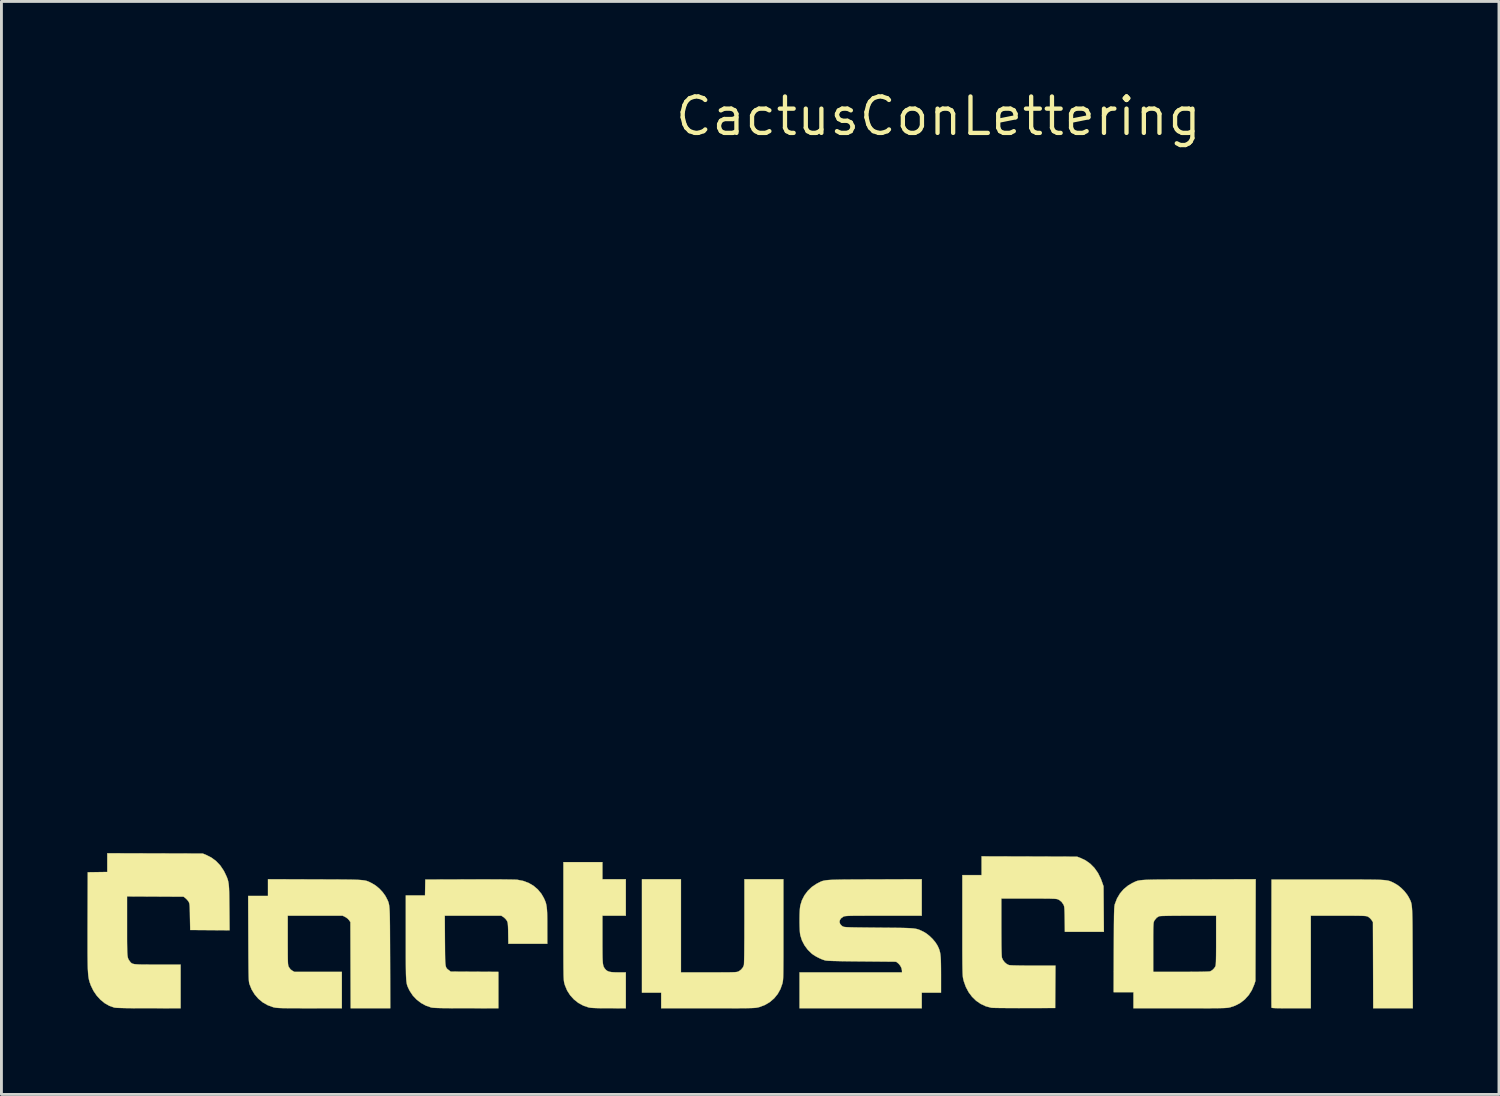
<source format=kicad_pcb>
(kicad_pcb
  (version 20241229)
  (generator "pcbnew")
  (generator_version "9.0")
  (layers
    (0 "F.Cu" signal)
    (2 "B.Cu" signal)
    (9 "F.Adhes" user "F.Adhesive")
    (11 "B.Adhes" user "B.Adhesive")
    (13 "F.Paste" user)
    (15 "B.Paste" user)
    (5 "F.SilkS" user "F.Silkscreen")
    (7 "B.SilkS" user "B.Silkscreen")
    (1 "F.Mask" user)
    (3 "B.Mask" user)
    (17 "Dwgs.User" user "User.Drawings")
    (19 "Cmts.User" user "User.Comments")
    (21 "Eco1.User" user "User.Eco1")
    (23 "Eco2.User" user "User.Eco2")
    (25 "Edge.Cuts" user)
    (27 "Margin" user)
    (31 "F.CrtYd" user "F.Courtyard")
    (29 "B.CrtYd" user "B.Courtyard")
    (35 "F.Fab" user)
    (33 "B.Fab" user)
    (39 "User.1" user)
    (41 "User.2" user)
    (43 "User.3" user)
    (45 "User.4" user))
  (footprint "CactusConLettering"
    (layer "F.Cu")
    (at 29.684 1.006)
    (property "Reference" "CactusConLettering" (at 0 0 0) (layer "F.SilkS") (effects (font (size 1.27 1.27) (thickness 0.15))))
    (attr through_hole)
    (fp_poly (pts (xy -11.72 26.616) (xy -10.904 26.616) (xy -10.904 27.886) (xy -11.72 27.886) (xy -11.72 28.707) (xy -11.72 28.913) (xy -11.719 29.087) (xy -11.718 29.23) (xy -11.716 29.348) (xy -11.712 29.443) (xy -11.707 29.518) (xy -11.7 29.577) (xy -11.69 29.623) (xy -11.679 29.659) (xy -11.664 29.689) (xy -11.647 29.716) (xy -11.634 29.734) (xy -11.594 29.779) (xy -11.548 29.813) (xy -11.491 29.837) (xy -11.417 29.852) (xy -11.319 29.86) (xy -11.191 29.863) (xy -11.171 29.863) (xy -10.904 29.863) (xy -10.904 31.115) (xy -11.498 31.113) (xy -11.679 31.113) (xy -11.827 31.111) (xy -11.947 31.108) (xy -12.041 31.104) (xy -12.113 31.099) (xy -12.167 31.092) (xy -12.2 31.086) (xy -12.387 31.022) (xy -12.56 30.928) (xy -12.714 30.806) (xy -12.845 30.661) (xy -12.951 30.496) (xy -13.027 30.313) (xy -13.045 30.251) (xy -13.051 30.229) (xy -13.056 30.205) (xy -13.06 30.179) (xy -13.064 30.147) (xy -13.067 30.108) (xy -13.07 30.06) (xy -13.073 30) (xy -13.075 29.927) (xy -13.076 29.838) (xy -13.078 29.731) (xy -13.079 29.604) (xy -13.08 29.455) (xy -13.08 29.282) (xy -13.081 29.083) (xy -13.081 28.856) (xy -13.081 28.598) (xy -13.081 28.307) (xy -13.081 28.064) (xy -13.081 26.017) (xy -11.72 26.017) (xy -11.72 26.616)) (stroke (width 0.01) (type solid)) (fill yes) (layer "F.SilkS"))
    (fp_poly (pts (xy -8.981 29.863) (xy -8.009 29.863) (xy -7.796 29.863) (xy -7.617 29.863) (xy -7.467 29.862) (xy -7.345 29.862) (xy -7.246 29.86) (xy -7.168 29.858) (xy -7.109 29.856) (xy -7.064 29.852) (xy -7.03 29.848) (xy -7.006 29.842) (xy -6.986 29.836) (xy -6.97 29.828) (xy -6.968 29.828) (xy -6.882 29.766) (xy -6.816 29.684) (xy -6.786 29.613) (xy -6.782 29.581) (xy -6.779 29.512) (xy -6.776 29.409) (xy -6.773 29.271) (xy -6.771 29.1) (xy -6.77 28.896) (xy -6.768 28.659) (xy -6.768 28.39) (xy -6.767 28.09) (xy -6.767 28.081) (xy -6.767 26.616) (xy -5.407 26.616) (xy -5.407 28.363) (xy -5.407 28.655) (xy -5.407 28.912) (xy -5.407 29.138) (xy -5.407 29.335) (xy -5.408 29.504) (xy -5.409 29.649) (xy -5.41 29.771) (xy -5.411 29.873) (xy -5.413 29.958) (xy -5.415 30.026) (xy -5.418 30.082) (xy -5.421 30.127) (xy -5.425 30.163) (xy -5.43 30.193) (xy -5.435 30.219) (xy -5.44 30.244) (xy -5.442 30.251) (xy -5.51 30.444) (xy -5.607 30.618) (xy -5.731 30.77) (xy -5.88 30.898) (xy -6.05 30.999) (xy -6.24 31.071) (xy -6.27 31.079) (xy -6.296 31.085) (xy -6.322 31.091) (xy -6.351 31.096) (xy -6.387 31.1) (xy -6.43 31.103) (xy -6.484 31.106) (xy -6.551 31.108) (xy -6.633 31.11) (xy -6.733 31.112) (xy -6.853 31.113) (xy -6.996 31.114) (xy -7.164 31.114) (xy -7.359 31.115) (xy -7.584 31.115) (xy -7.841 31.115) (xy -8.04 31.115) (xy -9.67 31.115) (xy -9.67 30.571) (xy -10.341 30.571) (xy -10.341 26.616) (xy -8.981 26.616) (xy -8.981 29.863)) (stroke (width 0.01) (type solid)) (fill yes) (layer "F.SilkS"))
    (fp_poly (pts (xy 14.43 26.625) (xy 14.651 26.625) (xy 14.845 26.626) (xy 15.013 26.627) (xy 15.158 26.629) (xy 15.282 26.631) (xy 15.387 26.634) (xy 15.475 26.639) (xy 15.549 26.644) (xy 15.611 26.651) (xy 15.663 26.659) (xy 15.707 26.668) (xy 15.745 26.679) (xy 15.78 26.692) (xy 15.813 26.707) (xy 15.848 26.723) (xy 15.885 26.742) (xy 15.911 26.755) (xy 16.029 26.826) (xy 16.147 26.922) (xy 16.258 27.034) (xy 16.352 27.154) (xy 16.405 27.241) (xy 16.426 27.281) (xy 16.444 27.317) (xy 16.461 27.35) (xy 16.475 27.384) (xy 16.487 27.419) (xy 16.498 27.46) (xy 16.507 27.508) (xy 16.514 27.565) (xy 16.52 27.634) (xy 16.525 27.717) (xy 16.529 27.816) (xy 16.532 27.934) (xy 16.535 28.073) (xy 16.537 28.235) (xy 16.538 28.423) (xy 16.539 28.639) (xy 16.54 28.885) (xy 16.541 29.164) (xy 16.542 29.351) (xy 16.548 31.115) (xy 15.168 31.115) (xy 15.163 29.612) (xy 15.158 28.11) (xy 15.108 28.034) (xy 15.062 27.98) (xy 15.006 27.934) (xy 14.987 27.922) (xy 14.97 27.914) (xy 14.951 27.907) (xy 14.928 27.902) (xy 14.896 27.897) (xy 14.854 27.894) (xy 14.798 27.891) (xy 14.724 27.889) (xy 14.63 27.887) (xy 14.513 27.886) (xy 14.369 27.886) (xy 14.195 27.886) (xy 13.989 27.886) (xy 13.953 27.886) (xy 12.99 27.886) (xy 12.99 31.115) (xy 12.309 31.115) (xy 12.125 31.115) (xy 11.975 31.114) (xy 11.855 31.112) (xy 11.763 31.11) (xy 11.697 31.107) (xy 11.652 31.103) (xy 11.628 31.098) (xy 11.62 31.092) (xy 11.619 31.072) (xy 11.618 31.017) (xy 11.617 30.93) (xy 11.616 30.814) (xy 11.616 30.671) (xy 11.615 30.502) (xy 11.615 30.31) (xy 11.615 30.098) (xy 11.615 29.867) (xy 11.615 29.62) (xy 11.615 29.358) (xy 11.615 29.085) (xy 11.616 28.847) (xy 11.62 26.625) (xy 13.58 26.625) (xy 13.897 26.625) (xy 14.179 26.625) (xy 14.43 26.625)) (stroke (width 0.01) (type solid)) (fill yes) (layer "F.SilkS"))
    (fp_poly (pts (xy 3.17 25.821) (xy 4.835 25.827) (xy 4.95 25.87) (xy 5.134 25.957) (xy 5.299 26.075) (xy 5.443 26.221) (xy 5.566 26.395) (xy 5.665 26.595) (xy 5.7 26.688) (xy 5.76 26.86) (xy 5.766 27.654) (xy 5.772 28.448) (xy 4.412 28.448) (xy 4.406 28.008) (xy 4.404 27.869) (xy 4.401 27.761) (xy 4.398 27.68) (xy 4.394 27.62) (xy 4.389 27.576) (xy 4.381 27.544) (xy 4.371 27.517) (xy 4.361 27.495) (xy 4.297 27.404) (xy 4.218 27.34) (xy 4.169 27.315) (xy 4.149 27.309) (xy 4.123 27.303) (xy 4.085 27.299) (xy 4.034 27.295) (xy 3.967 27.293) (xy 3.88 27.29) (xy 3.77 27.289) (xy 3.635 27.288) (xy 3.471 27.287) (xy 3.275 27.287) (xy 3.148 27.287) (xy 2.195 27.287) (xy 2.195 28.277) (xy 2.196 28.526) (xy 2.197 28.74) (xy 2.198 28.92) (xy 2.201 29.068) (xy 2.204 29.184) (xy 2.208 29.269) (xy 2.212 29.326) (xy 2.216 29.35) (xy 2.252 29.432) (xy 2.31 29.509) (xy 2.383 29.571) (xy 2.458 29.607) (xy 2.499 29.613) (xy 2.575 29.618) (xy 2.685 29.621) (xy 2.83 29.624) (xy 3.008 29.626) (xy 3.218 29.627) (xy 3.307 29.627) (xy 4.083 29.627) (xy 4.078 30.367) (xy 4.073 31.106) (xy 3.003 31.108) (xy 2.806 31.109) (xy 2.618 31.108) (xy 2.443 31.108) (xy 2.283 31.106) (xy 2.142 31.105) (xy 2.024 31.103) (xy 1.933 31.101) (xy 1.871 31.098) (xy 1.845 31.096) (xy 1.655 31.046) (xy 1.478 30.964) (xy 1.317 30.853) (xy 1.175 30.715) (xy 1.054 30.554) (xy 0.957 30.371) (xy 0.885 30.169) (xy 0.863 30.077) (xy 0.858 30.05) (xy 0.854 30.017) (xy 0.85 29.976) (xy 0.847 29.925) (xy 0.844 29.861) (xy 0.842 29.783) (xy 0.84 29.688) (xy 0.838 29.573) (xy 0.837 29.437) (xy 0.836 29.277) (xy 0.835 29.091) (xy 0.835 28.876) (xy 0.835 28.631) (xy 0.835 28.353) (xy 0.835 28.204) (xy 0.835 26.47) (xy 1.506 26.47) (xy 1.506 25.816) (xy 3.17 25.821)) (stroke (width 0.01) (type solid)) (fill yes) (layer "F.SilkS"))
    (fp_poly (pts (xy -15.641 26.619) (xy -15.43 26.62) (xy -15.24 26.621) (xy -15.074 26.623) (xy -14.933 26.625) (xy -14.822 26.627) (xy -14.741 26.629) (xy -14.694 26.632) (xy -14.692 26.632) (xy -14.486 26.672) (xy -14.297 26.742) (xy -14.126 26.841) (xy -13.976 26.968) (xy -13.851 27.119) (xy -13.769 27.26) (xy -13.738 27.325) (xy -13.712 27.387) (xy -13.691 27.448) (xy -13.676 27.515) (xy -13.664 27.59) (xy -13.655 27.679) (xy -13.649 27.786) (xy -13.646 27.916) (xy -13.644 28.074) (xy -13.644 28.262) (xy -13.643 28.865) (xy -15.001 28.865) (xy -15.007 28.498) (xy -15.009 28.372) (xy -15.012 28.278) (xy -15.016 28.208) (xy -15.021 28.157) (xy -15.028 28.12) (xy -15.038 28.091) (xy -15.051 28.064) (xy -15.056 28.056) (xy -15.099 27.999) (xy -15.155 27.946) (xy -15.173 27.934) (xy -15.247 27.886) (xy -17.219 27.886) (xy -17.214 28.752) (xy -17.212 28.96) (xy -17.211 29.134) (xy -17.209 29.279) (xy -17.207 29.397) (xy -17.203 29.491) (xy -17.197 29.566) (xy -17.19 29.623) (xy -17.179 29.666) (xy -17.166 29.699) (xy -17.149 29.724) (xy -17.129 29.746) (xy -17.104 29.766) (xy -17.078 29.785) (xy -17.012 29.836) (xy -16.18 29.841) (xy -15.349 29.846) (xy -15.349 31.115) (xy -16.469 31.113) (xy -16.71 31.113) (xy -16.917 31.112) (xy -17.093 31.111) (xy -17.241 31.11) (xy -17.364 31.108) (xy -17.463 31.105) (xy -17.542 31.102) (xy -17.603 31.098) (xy -17.65 31.094) (xy -17.684 31.089) (xy -17.696 31.086) (xy -17.877 31.024) (xy -18.047 30.931) (xy -18.202 30.811) (xy -18.336 30.669) (xy -18.442 30.508) (xy -18.461 30.471) (xy -18.482 30.429) (xy -18.499 30.392) (xy -18.515 30.356) (xy -18.528 30.319) (xy -18.54 30.278) (xy -18.549 30.231) (xy -18.557 30.175) (xy -18.563 30.107) (xy -18.568 30.026) (xy -18.572 29.928) (xy -18.574 29.811) (xy -18.576 29.672) (xy -18.577 29.509) (xy -18.578 29.32) (xy -18.578 29.101) (xy -18.578 28.85) (xy -18.578 28.653) (xy -18.578 27.178) (xy -17.908 27.178) (xy -17.903 26.901) (xy -17.898 26.625) (xy -16.374 26.62) (xy -16.115 26.619) (xy -15.87 26.619) (xy -15.641 26.619)) (stroke (width 0.01) (type solid)) (fill yes) (layer "F.SilkS"))
    (fp_poly (pts (xy -27.328 25.713) (xy -25.663 25.718) (xy -25.554 25.761) (xy -25.365 25.856) (xy -25.198 25.979) (xy -25.054 26.13) (xy -24.934 26.307) (xy -24.892 26.388) (xy -24.858 26.46) (xy -24.829 26.522) (xy -24.806 26.58) (xy -24.787 26.637) (xy -24.772 26.698) (xy -24.76 26.765) (xy -24.751 26.844) (xy -24.745 26.938) (xy -24.741 27.051) (xy -24.738 27.188) (xy -24.736 27.351) (xy -24.734 27.547) (xy -24.733 27.6) (xy -24.726 28.394) (xy -26.099 28.384) (xy -26.108 27.922) (xy -26.11 27.78) (xy -26.113 27.67) (xy -26.116 27.586) (xy -26.12 27.524) (xy -26.126 27.479) (xy -26.133 27.447) (xy -26.142 27.422) (xy -26.154 27.4) (xy -26.159 27.391) (xy -26.203 27.334) (xy -26.256 27.281) (xy -26.267 27.273) (xy -26.332 27.223) (xy -27.317 27.218) (xy -28.303 27.213) (xy -28.303 28.245) (xy -28.303 28.472) (xy -28.303 28.666) (xy -28.302 28.83) (xy -28.3 28.966) (xy -28.298 29.078) (xy -28.295 29.168) (xy -28.29 29.24) (xy -28.284 29.296) (xy -28.276 29.341) (xy -28.266 29.375) (xy -28.254 29.403) (xy -28.24 29.428) (xy -28.223 29.452) (xy -28.217 29.461) (xy -28.195 29.491) (xy -28.175 29.516) (xy -28.153 29.536) (xy -28.127 29.552) (xy -28.092 29.565) (xy -28.047 29.575) (xy -27.986 29.581) (xy -27.908 29.586) (xy -27.808 29.589) (xy -27.683 29.59) (xy -27.531 29.591) (xy -27.347 29.591) (xy -27.246 29.591) (xy -26.434 29.591) (xy -26.434 31.115) (xy -27.545 31.113) (xy -27.795 31.113) (xy -28.01 31.112) (xy -28.194 31.111) (xy -28.347 31.109) (xy -28.473 31.106) (xy -28.573 31.103) (xy -28.651 31.1) (xy -28.706 31.096) (xy -28.743 31.091) (xy -28.751 31.089) (xy -28.92 31.03) (xy -29.08 30.939) (xy -29.228 30.819) (xy -29.361 30.673) (xy -29.474 30.507) (xy -29.564 30.322) (xy -29.606 30.206) (xy -29.618 30.163) (xy -29.63 30.119) (xy -29.639 30.072) (xy -29.648 30.02) (xy -29.655 29.96) (xy -29.661 29.889) (xy -29.666 29.806) (xy -29.671 29.709) (xy -29.674 29.594) (xy -29.676 29.459) (xy -29.678 29.303) (xy -29.679 29.123) (xy -29.679 28.916) (xy -29.679 28.681) (xy -29.679 28.414) (xy -29.678 28.114) (xy -29.678 28.049) (xy -29.673 26.371) (xy -29.332 26.366) (xy -28.992 26.361) (xy -28.992 25.708) (xy -27.328 25.713)) (stroke (width 0.01) (type solid)) (fill yes) (layer "F.SilkS"))
    (fp_poly (pts (xy -21.749 26.62) (xy -21.46 26.621) (xy -21.206 26.622) (xy -20.983 26.623) (xy -20.789 26.624) (xy -20.621 26.626) (xy -20.477 26.628) (xy -20.356 26.631) (xy -20.253 26.635) (xy -20.168 26.64) (xy -20.096 26.646) (xy -20.037 26.653) (xy -19.987 26.662) (xy -19.944 26.673) (xy -19.906 26.686) (xy -19.871 26.7) (xy -19.835 26.717) (xy -19.796 26.737) (xy -19.758 26.756) (xy -19.63 26.834) (xy -19.505 26.937) (xy -19.392 27.057) (xy -19.299 27.183) (xy -19.261 27.251) (xy -19.241 27.292) (xy -19.222 27.328) (xy -19.206 27.362) (xy -19.192 27.396) (xy -19.18 27.431) (xy -19.17 27.472) (xy -19.161 27.519) (xy -19.154 27.575) (xy -19.148 27.643) (xy -19.143 27.725) (xy -19.139 27.823) (xy -19.136 27.939) (xy -19.134 28.076) (xy -19.132 28.237) (xy -19.131 28.422) (xy -19.13 28.636) (xy -19.129 28.88) (xy -19.128 29.156) (xy -19.127 29.351) (xy -19.121 31.115) (xy -20.501 31.115) (xy -20.506 29.612) (xy -20.511 28.11) (xy -20.556 28.043) (xy -20.605 27.989) (xy -20.672 27.941) (xy -20.691 27.931) (xy -20.781 27.886) (xy -22.697 27.886) (xy -22.697 28.742) (xy -22.697 28.94) (xy -22.696 29.106) (xy -22.696 29.242) (xy -22.695 29.352) (xy -22.693 29.439) (xy -22.691 29.506) (xy -22.688 29.557) (xy -22.684 29.595) (xy -22.678 29.624) (xy -22.672 29.646) (xy -22.664 29.666) (xy -22.659 29.676) (xy -22.6 29.758) (xy -22.544 29.8) (xy -22.467 29.845) (xy -20.81 29.845) (xy -20.81 31.115) (xy -21.939 31.114) (xy -22.171 31.114) (xy -22.37 31.113) (xy -22.539 31.113) (xy -22.68 31.112) (xy -22.797 31.11) (xy -22.892 31.109) (xy -22.969 31.106) (xy -23.031 31.103) (xy -23.08 31.099) (xy -23.12 31.095) (xy -23.153 31.089) (xy -23.183 31.083) (xy -23.201 31.078) (xy -23.391 31.01) (xy -23.565 30.912) (xy -23.719 30.785) (xy -23.85 30.633) (xy -23.956 30.46) (xy -24.033 30.267) (xy -24.035 30.262) (xy -24.04 30.241) (xy -24.045 30.215) (xy -24.049 30.182) (xy -24.053 30.138) (xy -24.056 30.083) (xy -24.059 30.012) (xy -24.061 29.924) (xy -24.063 29.817) (xy -24.065 29.687) (xy -24.066 29.533) (xy -24.068 29.352) (xy -24.069 29.142) (xy -24.07 28.899) (xy -24.071 28.679) (xy -24.077 27.196) (xy -23.386 27.196) (xy -23.386 26.614) (xy -21.749 26.62)) (stroke (width 0.01) (type solid)) (fill yes) (layer "F.SilkS"))
    (fp_poly (pts (xy 11.058 30.163) (xy 11.016 30.29) (xy 10.933 30.484) (xy 10.823 30.657) (xy 10.688 30.806) (xy 10.531 30.929) (xy 10.354 31.022) (xy 10.185 31.079) (xy 10.16 31.085) (xy 10.134 31.091) (xy 10.104 31.096) (xy 10.069 31.1) (xy 10.025 31.103) (xy 9.971 31.106) (xy 9.904 31.108) (xy 9.822 31.11) (xy 9.721 31.112) (xy 9.601 31.113) (xy 9.458 31.114) (xy 9.289 31.114) (xy 9.094 31.115) (xy 8.868 31.115) (xy 8.61 31.115) (xy 8.424 31.115) (xy 6.804 31.115) (xy 6.804 30.553) (xy 6.113 30.553) (xy 6.118 29.069) (xy 6.119 28.992) (xy 7.493 28.992) (xy 7.493 29.845) (xy 8.462 29.845) (xy 8.713 29.845) (xy 8.929 29.843) (xy 9.11 29.842) (xy 9.256 29.839) (xy 9.366 29.836) (xy 9.441 29.832) (xy 9.48 29.827) (xy 9.483 29.826) (xy 9.555 29.784) (xy 9.62 29.72) (xy 9.663 29.651) (xy 9.669 29.63) (xy 9.674 29.597) (xy 9.679 29.548) (xy 9.682 29.481) (xy 9.684 29.392) (xy 9.686 29.279) (xy 9.687 29.14) (xy 9.688 28.97) (xy 9.688 28.767) (xy 9.688 28.739) (xy 9.688 27.886) (xy 8.719 27.886) (xy 8.467 27.886) (xy 8.251 27.887) (xy 8.069 27.889) (xy 7.924 27.892) (xy 7.813 27.895) (xy 7.739 27.899) (xy 7.701 27.904) (xy 7.698 27.905) (xy 7.616 27.955) (xy 7.548 28.036) (xy 7.528 28.071) (xy 7.519 28.088) (xy 7.513 28.108) (xy 7.507 28.135) (xy 7.503 28.171) (xy 7.5 28.219) (xy 7.497 28.284) (xy 7.495 28.368) (xy 7.494 28.475) (xy 7.493 28.608) (xy 7.493 28.769) (xy 7.493 28.964) (xy 7.493 28.992) (xy 6.119 28.992) (xy 6.12 28.8) (xy 6.121 28.565) (xy 6.122 28.361) (xy 6.123 28.186) (xy 6.125 28.037) (xy 6.126 27.912) (xy 6.128 27.809) (xy 6.131 27.725) (xy 6.133 27.657) (xy 6.137 27.604) (xy 6.14 27.562) (xy 6.145 27.529) (xy 6.15 27.503) (xy 6.155 27.481) (xy 6.156 27.48) (xy 6.231 27.285) (xy 6.335 27.11) (xy 6.465 26.958) (xy 6.619 26.832) (xy 6.758 26.751) (xy 6.797 26.732) (xy 6.831 26.715) (xy 6.863 26.7) (xy 6.895 26.686) (xy 6.929 26.674) (xy 6.967 26.664) (xy 7.012 26.656) (xy 7.066 26.648) (xy 7.13 26.642) (xy 7.208 26.637) (xy 7.3 26.633) (xy 7.41 26.63) (xy 7.54 26.627) (xy 7.691 26.625) (xy 7.866 26.624) (xy 8.067 26.623) (xy 8.297 26.622) (xy 8.556 26.621) (xy 8.848 26.621) (xy 9.086 26.62) (xy 11.068 26.614) (xy 11.058 30.163)) (stroke (width 0.01) (type solid)) (fill yes) (layer "F.SilkS"))
    (fp_poly (pts (xy -0.581 27.886) (xy -1.915 27.886) (xy -2.167 27.886) (xy -2.385 27.886) (xy -2.573 27.886) (xy -2.731 27.887) (xy -2.864 27.887) (xy -2.973 27.888) (xy -3.062 27.89) (xy -3.132 27.892) (xy -3.186 27.895) (xy -3.228 27.898) (xy -3.259 27.902) (xy -3.282 27.907) (xy -3.299 27.912) (xy -3.314 27.919) (xy -3.32 27.922) (xy -3.394 27.975) (xy -3.437 28.039) (xy -3.449 28.107) (xy -3.428 28.174) (xy -3.374 28.235) (xy -3.333 28.262) (xy -3.319 28.268) (xy -3.3 28.274) (xy -3.274 28.279) (xy -3.238 28.283) (xy -3.189 28.286) (xy -3.124 28.289) (xy -3.041 28.292) (xy -2.938 28.294) (xy -2.811 28.296) (xy -2.658 28.298) (xy -2.475 28.3) (xy -2.262 28.302) (xy -2.077 28.304) (xy -1.831 28.306) (xy -1.619 28.308) (xy -1.436 28.31) (xy -1.281 28.312) (xy -1.151 28.315) (xy -1.042 28.319) (xy -0.951 28.324) (xy -0.876 28.33) (xy -0.813 28.339) (xy -0.76 28.349) (xy -0.714 28.361) (xy -0.671 28.376) (xy -0.629 28.394) (xy -0.584 28.415) (xy -0.534 28.439) (xy -0.527 28.442) (xy -0.42 28.506) (xy -0.309 28.594) (xy -0.202 28.698) (xy -0.11 28.807) (xy -0.041 28.913) (xy -0.04 28.914) (xy -0.008 28.978) (xy 0.019 29.038) (xy 0.04 29.1) (xy 0.057 29.166) (xy 0.07 29.242) (xy 0.079 29.332) (xy 0.085 29.441) (xy 0.088 29.572) (xy 0.09 29.73) (xy 0.091 29.92) (xy 0.091 29.939) (xy 0.091 30.571) (xy -0.581 30.571) (xy -0.581 31.115) (xy -4.844 31.115) (xy -4.844 29.863) (xy -1.27 29.863) (xy -1.27 29.804) (xy -1.287 29.717) (xy -1.329 29.631) (xy -1.39 29.558) (xy -1.407 29.544) (xy -1.476 29.491) (xy -2.666 29.48) (xy -2.932 29.478) (xy -3.164 29.475) (xy -3.363 29.472) (xy -3.53 29.468) (xy -3.667 29.465) (xy -3.776 29.461) (xy -3.857 29.457) (xy -3.914 29.452) (xy -3.946 29.447) (xy -4.042 29.416) (xy -4.152 29.368) (xy -4.264 29.311) (xy -4.362 29.25) (xy -4.418 29.209) (xy -4.557 29.073) (xy -4.673 28.916) (xy -4.76 28.747) (xy -4.816 28.57) (xy -4.817 28.566) (xy -4.828 28.492) (xy -4.836 28.389) (xy -4.841 28.266) (xy -4.844 28.13) (xy -4.844 27.99) (xy -4.842 27.853) (xy -4.837 27.727) (xy -4.829 27.621) (xy -4.819 27.541) (xy -4.817 27.532) (xy -4.761 27.349) (xy -4.673 27.176) (xy -4.557 27.021) (xy -4.418 26.886) (xy -4.26 26.779) (xy -4.236 26.766) (xy -4.192 26.743) (xy -4.153 26.723) (xy -4.117 26.705) (xy -4.081 26.689) (xy -4.043 26.676) (xy -4 26.665) (xy -3.95 26.655) (xy -3.891 26.647) (xy -3.82 26.641) (xy -3.735 26.636) (xy -3.633 26.632) (xy -3.512 26.629) (xy -3.369 26.626) (xy -3.202 26.625) (xy -3.009 26.623) (xy -2.787 26.622) (xy -2.534 26.621) (xy -2.247 26.62) (xy -2.227 26.62) (xy -0.581 26.614) (xy -0.581 27.886)) (stroke (width 0.01) (type solid)) (fill yes) (layer "F.SilkS")))
  (gr_rect
    (start -3 -3)
    (end 49.238 35.126)
    (stroke (width 0.1) (type default))
    (fill no)
    (layer "Edge.Cuts")))
</source>
